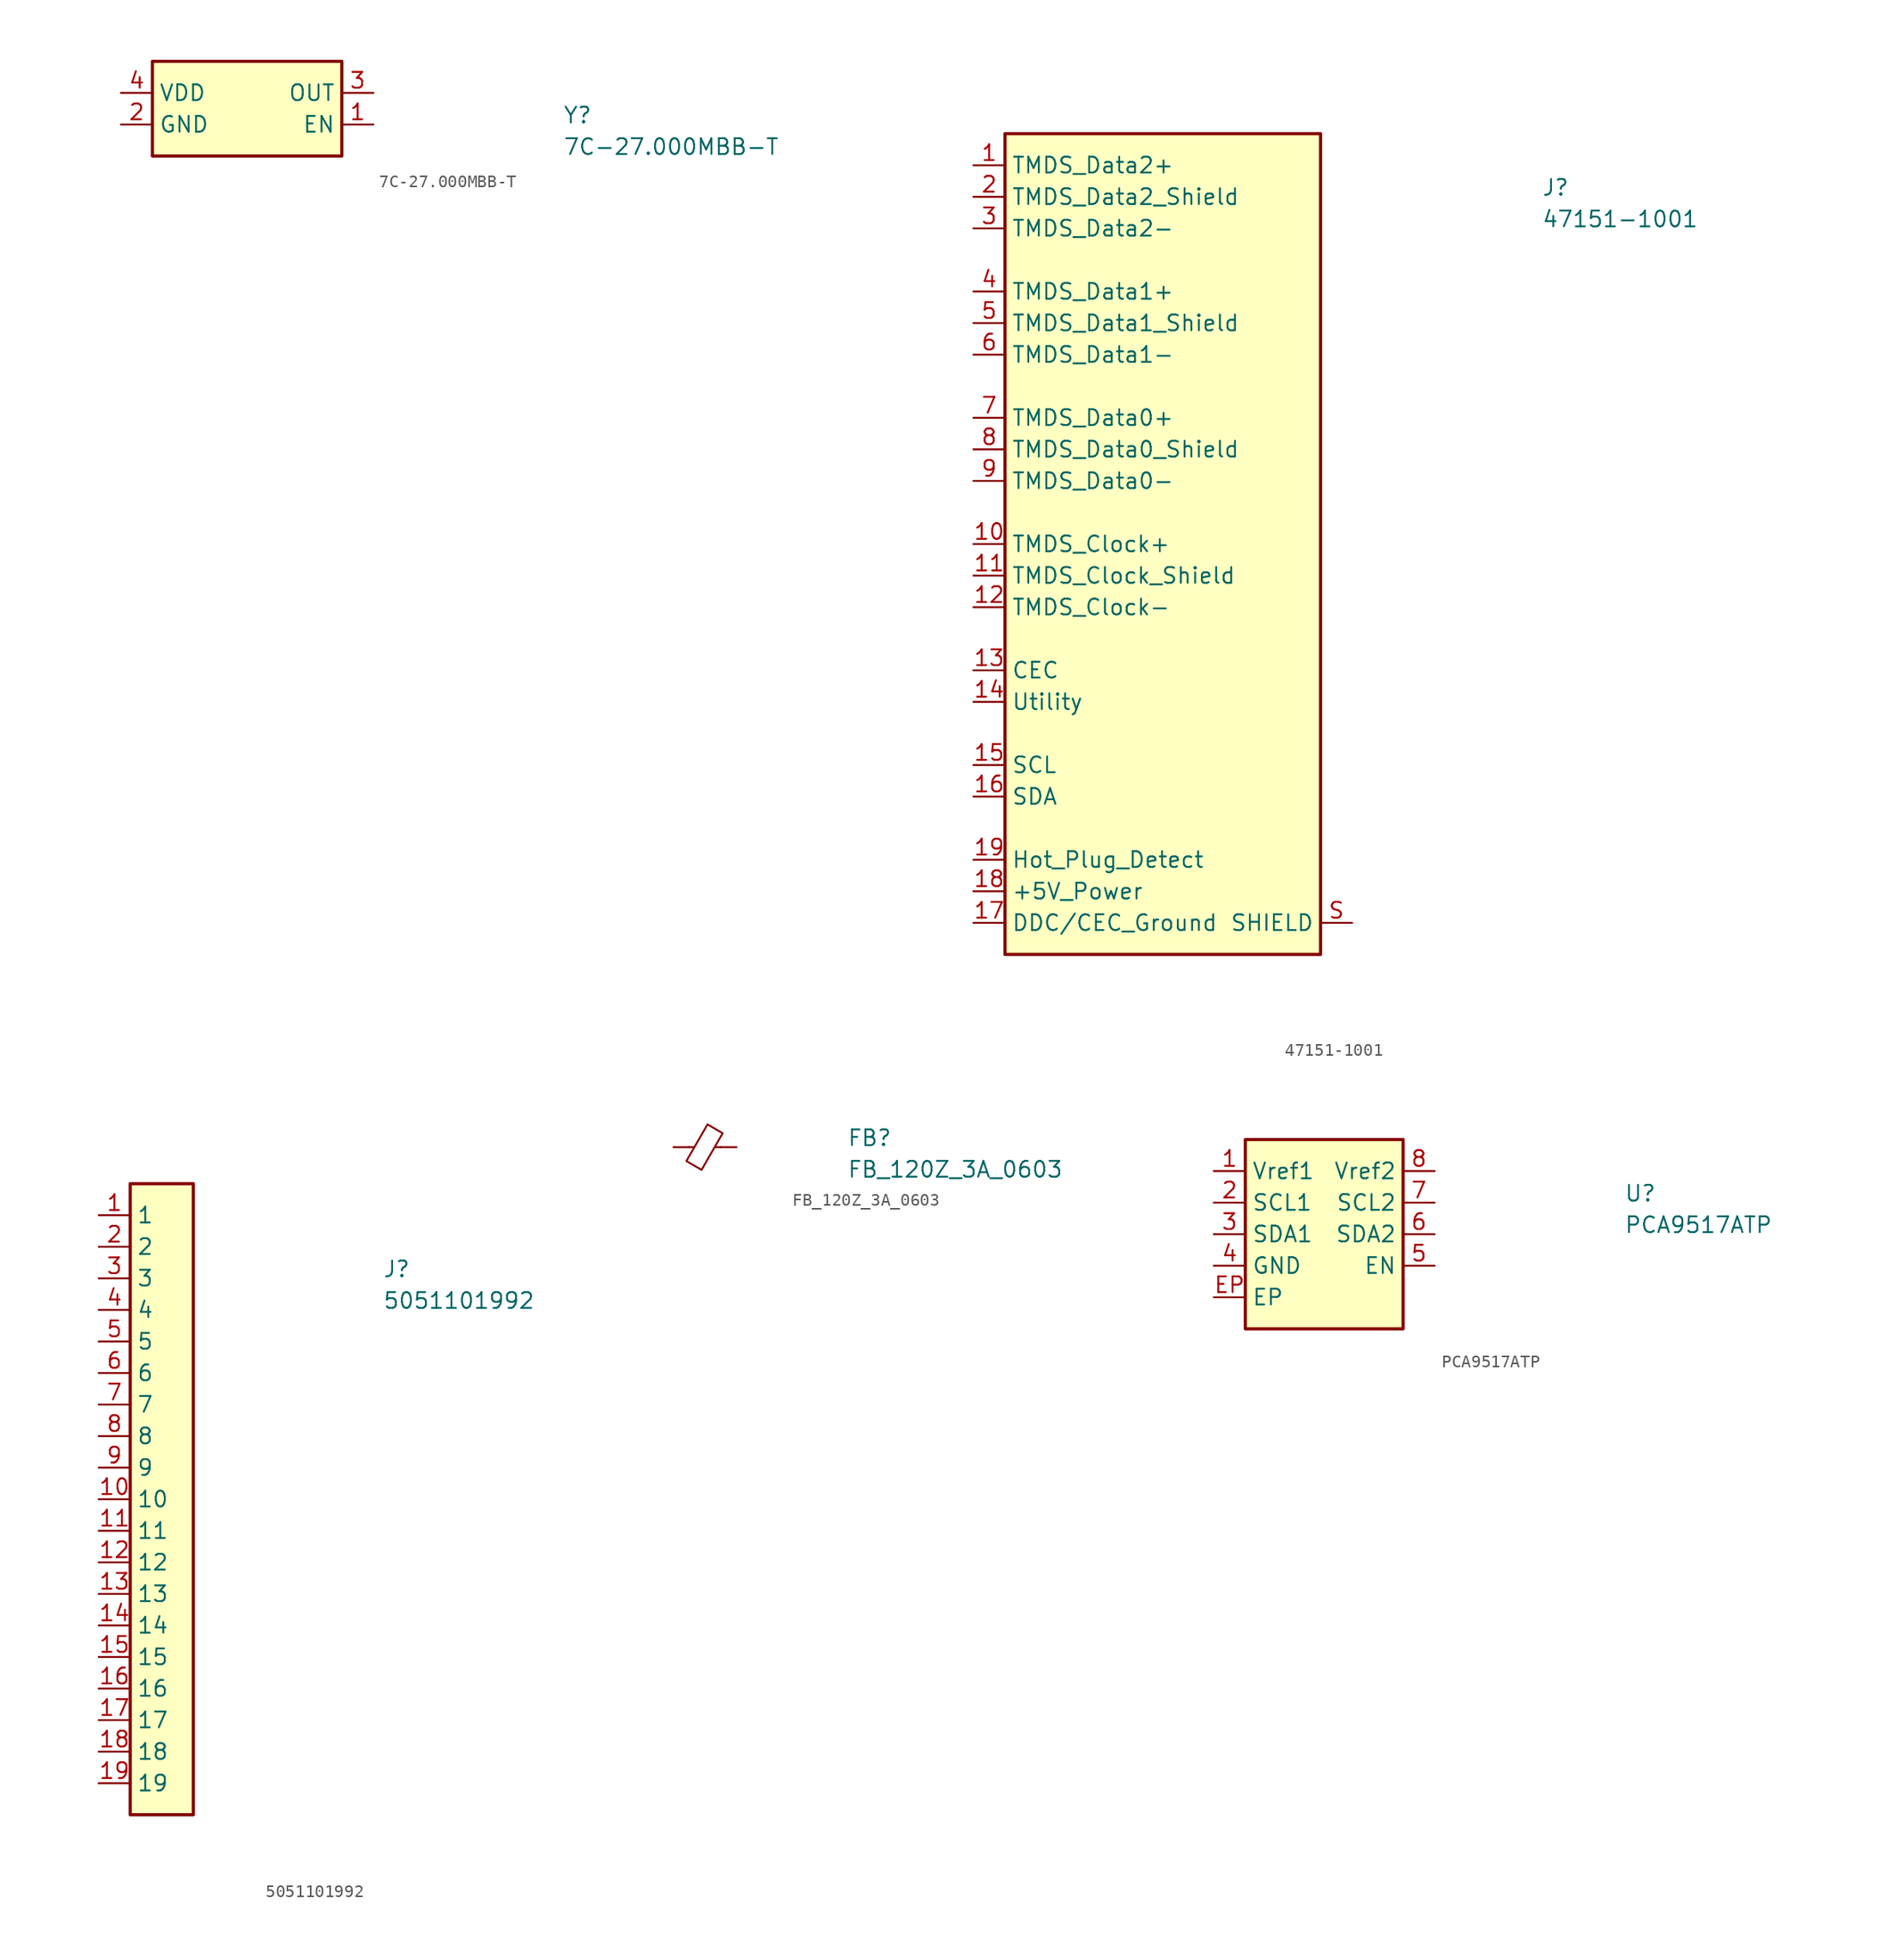
<source format=kicad_sym>
(kicad_symbol_lib
  (version 20211014)
  (generator kicad_symbol_editor)
  (symbol "7C-27.000MBB-T"
    (property "Reference" "Y"
      (at 35.56 -2.54 0)
      (effects (font (size 1.27 1.27) (thickness 0.15)) (justify left bottom)))
    (property "Value" "7C-27.000MBB-T"
      (at 35.56 -5.08 0)
      (effects (font (size 1.27 1.27) (thickness 0.15)) (justify left bottom)))
    (symbol "7C-27.000MBB-T_1_1"
      (rectangle (start 2.54 2.54) (end 17.78 -5.08) (stroke (width 0.254) (type default) (color 0 0 0 0)) (fill (type background)))
      (pin input line (at 20.32 -2.54 180) (length 2.54) (name "EN" (effects (font (size 1.27 1.27)))) (number "1" (effects (font (size 1.27 1.27)))))
      (pin power_in line (at 0 -2.54 0) (length 2.54) (name "GND" (effects (font (size 1.27 1.27)))) (number "2" (effects (font (size 1.27 1.27)))))
      (pin output line (at 20.32 0 180) (length 2.54) (name "OUT" (effects (font (size 1.27 1.27)))) (number "3" (effects (font (size 1.27 1.27)))))
      (pin power_in line (at 0 0 0) (length 2.54) (name "VDD" (effects (font (size 1.27 1.27)))) (number "4" (effects (font (size 1.27 1.27)))))))
  (symbol "47151-1001"
    (property "Reference" "J"
      (at 45.72 -2.54 0)
      (effects (font (size 1.27 1.27) (thickness 0.15)) (justify left bottom)))
    (property "Value" "47151-1001"
      (at 45.72 -5.08 0)
      (effects (font (size 1.27 1.27) (thickness 0.15)) (justify left bottom)))
    (symbol "47151-1001_1_1"
      (rectangle (start 2.54 2.54) (end 27.94 -63.5) (stroke (width 0.254) (type default) (color 0 0 0 0)) (fill (type background)))
      (pin passive line (at 0 0 0) (length 2.54) (name "TMDS_Data2+" (effects (font (size 1.27 1.27)))) (number "1" (effects (font (size 1.27 1.27)))))
      (pin passive line (at 0 -30.48 0) (length 2.54) (name "TMDS_Clock+" (effects (font (size 1.27 1.27)))) (number "10" (effects (font (size 1.27 1.27)))))
      (pin passive line (at 0 -33.02 0) (length 2.54) (name "TMDS_Clock_Shield" (effects (font (size 1.27 1.27)))) (number "11" (effects (font (size 1.27 1.27)))))
      (pin passive line (at 0 -35.56 0) (length 2.54) (name "TMDS_Clock-" (effects (font (size 1.27 1.27)))) (number "12" (effects (font (size 1.27 1.27)))))
      (pin passive line (at 0 -40.64 0) (length 2.54) (name "CEC" (effects (font (size 1.27 1.27)))) (number "13" (effects (font (size 1.27 1.27)))))
      (pin passive line (at 0 -43.18 0) (length 2.54) (name "Utility" (effects (font (size 1.27 1.27)))) (number "14" (effects (font (size 1.27 1.27)))))
      (pin bidirectional line (at 0 -48.26 0) (length 2.54) (name "SCL" (effects (font (size 1.27 1.27)))) (number "15" (effects (font (size 1.27 1.27)))))
      (pin bidirectional line (at 0 -50.8 0) (length 2.54) (name "SDA" (effects (font (size 1.27 1.27)))) (number "16" (effects (font (size 1.27 1.27)))))
      (pin power_in line (at 0 -60.96 0) (length 2.54) (name "DDC/CEC_Ground" (effects (font (size 1.27 1.27)))) (number "17" (effects (font (size 1.27 1.27)))))
      (pin power_in line (at 0 -58.42 0) (length 2.54) (name "+5V_Power" (effects (font (size 1.27 1.27)))) (number "18" (effects (font (size 1.27 1.27)))))
      (pin output line (at 0 -55.88 0) (length 2.54) (name "Hot_Plug_Detect" (effects (font (size 1.27 1.27)))) (number "19" (effects (font (size 1.27 1.27)))))
      (pin passive line (at 0 -2.54 0) (length 2.54) (name "TMDS_Data2_Shield" (effects (font (size 1.27 1.27)))) (number "2" (effects (font (size 1.27 1.27)))))
      (pin passive line (at 0 -5.08 0) (length 2.54) (name "TMDS_Data2-" (effects (font (size 1.27 1.27)))) (number "3" (effects (font (size 1.27 1.27)))))
      (pin passive line (at 0 -10.16 0) (length 2.54) (name "TMDS_Data1+" (effects (font (size 1.27 1.27)))) (number "4" (effects (font (size 1.27 1.27)))))
      (pin passive line (at 0 -12.7 0) (length 2.54) (name "TMDS_Data1_Shield" (effects (font (size 1.27 1.27)))) (number "5" (effects (font (size 1.27 1.27)))))
      (pin passive line (at 0 -15.24 0) (length 2.54) (name "TMDS_Data1-" (effects (font (size 1.27 1.27)))) (number "6" (effects (font (size 1.27 1.27)))))
      (pin passive line (at 0 -20.32 0) (length 2.54) (name "TMDS_Data0+" (effects (font (size 1.27 1.27)))) (number "7" (effects (font (size 1.27 1.27)))))
      (pin passive line (at 0 -22.86 0) (length 2.54) (name "TMDS_Data0_Shield" (effects (font (size 1.27 1.27)))) (number "8" (effects (font (size 1.27 1.27)))))
      (pin passive line (at 0 -25.4 0) (length 2.54) (name "TMDS_Data0-" (effects (font (size 1.27 1.27)))) (number "9" (effects (font (size 1.27 1.27)))))
      (pin passive line (at 30.48 -60.96 180) (length 2.54) (name "SHIELD" (effects (font (size 1.27 1.27)))) (number "S" (effects (font (size 1.27 1.27)))))))
  (symbol "5051101992"
    (property "Reference" "J"
      (at 22.86 -5.08 0)
      (effects (font (size 1.27 1.27) (thickness 0.15)) (justify left bottom)))
    (property "Value" "5051101992"
      (at 22.86 -7.62 0)
      (effects (font (size 1.27 1.27) (thickness 0.15)) (justify left bottom)))
    (symbol "5051101992_1_1"
      (rectangle (start 2.54 2.54) (end 7.62 -48.26) (stroke (width 0.254) (type default) (color 0 0 0 0)) (fill (type background)))
      (pin passive line (at 0 0 0) (length 2.54) (name "1" (effects (font (size 1.27 1.27)))) (number "1" (effects (font (size 1.27 1.27)))))
      (pin passive line (at 0 -22.86 0) (length 2.54) (name "10" (effects (font (size 1.27 1.27)))) (number "10" (effects (font (size 1.27 1.27)))))
      (pin passive line (at 0 -25.4 0) (length 2.54) (name "11" (effects (font (size 1.27 1.27)))) (number "11" (effects (font (size 1.27 1.27)))))
      (pin passive line (at 0 -27.94 0) (length 2.54) (name "12" (effects (font (size 1.27 1.27)))) (number "12" (effects (font (size 1.27 1.27)))))
      (pin passive line (at 0 -30.48 0) (length 2.54) (name "13" (effects (font (size 1.27 1.27)))) (number "13" (effects (font (size 1.27 1.27)))))
      (pin passive line (at 0 -33.02 0) (length 2.54) (name "14" (effects (font (size 1.27 1.27)))) (number "14" (effects (font (size 1.27 1.27)))))
      (pin passive line (at 0 -35.56 0) (length 2.54) (name "15" (effects (font (size 1.27 1.27)))) (number "15" (effects (font (size 1.27 1.27)))))
      (pin passive line (at 0 -38.1 0) (length 2.54) (name "16" (effects (font (size 1.27 1.27)))) (number "16" (effects (font (size 1.27 1.27)))))
      (pin passive line (at 0 -40.64 0) (length 2.54) (name "17" (effects (font (size 1.27 1.27)))) (number "17" (effects (font (size 1.27 1.27)))))
      (pin passive line (at 0 -43.18 0) (length 2.54) (name "18" (effects (font (size 1.27 1.27)))) (number "18" (effects (font (size 1.27 1.27)))))
      (pin passive line (at 0 -45.72 0) (length 2.54) (name "19" (effects (font (size 1.27 1.27)))) (number "19" (effects (font (size 1.27 1.27)))))
      (pin passive line (at 0 -2.54 0) (length 2.54) (name "2" (effects (font (size 1.27 1.27)))) (number "2" (effects (font (size 1.27 1.27)))))
      (pin passive line (at 0 -5.08 0) (length 2.54) (name "3" (effects (font (size 1.27 1.27)))) (number "3" (effects (font (size 1.27 1.27)))))
      (pin passive line (at 0 -7.62 0) (length 2.54) (name "4" (effects (font (size 1.27 1.27)))) (number "4" (effects (font (size 1.27 1.27)))))
      (pin passive line (at 0 -10.16 0) (length 2.54) (name "5" (effects (font (size 1.27 1.27)))) (number "5" (effects (font (size 1.27 1.27)))))
      (pin passive line (at 0 -12.7 0) (length 2.54) (name "6" (effects (font (size 1.27 1.27)))) (number "6" (effects (font (size 1.27 1.27)))))
      (pin passive line (at 0 -15.24 0) (length 2.54) (name "7" (effects (font (size 1.27 1.27)))) (number "7" (effects (font (size 1.27 1.27)))))
      (pin passive line (at 0 -17.78 0) (length 2.54) (name "8" (effects (font (size 1.27 1.27)))) (number "8" (effects (font (size 1.27 1.27)))))
      (pin passive line (at 0 -20.32 0) (length 2.54) (name "9" (effects (font (size 1.27 1.27)))) (number "9" (effects (font (size 1.27 1.27)))))))
  (symbol "FB_120Z_3A_0603"
    (pin_numbers hide)
    (pin_names hide)
    (property "Reference" "FB"
      (at 13.97 0 0)
      (effects (font (size 1.27 1.27) (thickness 0.15)) (justify left bottom)))
    (property "Value" "FB_120Z_3A_0603"
      (at 13.97 -2.54 0)
      (effects (font (size 1.27 1.27) (thickness 0.15)) (justify left bottom)))
    (symbol "FB_120Z_3A_0603_0_1"
      (polyline (pts (xy 1.651 0) (xy 1.245 0)) (stroke (width 0) (type default) (color 0 0 0 0)) (fill (type none)))
      (polyline (pts (xy 3.81 0) (xy 3.327 0)) (stroke (width 0) (type default) (color 0 0 0 0)) (fill (type none)))
      (polyline (pts (xy 2.261 -1.829) (xy 1.041 -1.118) (xy 2.743 1.829) (xy 3.962 1.118) (xy 2.261 -1.829)) (stroke (width 0) (type default) (color 0 0 0 0)) (fill (type none))))
    (symbol "FB_120Z_3A_0603_1_1"
      (pin passive line (at 0 0 0) (length 1.27) (name "~" (effects (font (size 1.27 1.27)))) (number "1" (effects (font (size 1.27 1.27)))))
      (pin passive line (at 5.08 0 180) (length 1.27) (name "~" (effects (font (size 1.27 1.27)))) (number "2" (effects (font (size 1.27 1.27)))))))
  (symbol "PCA9517ATP"
    (property "Reference" "U"
      (at 33.02 -2.54 0)
      (effects (font (size 1.27 1.27) (thickness 0.15)) (justify left bottom)))
    (property "Value" "PCA9517ATP"
      (at 33.02 -5.08 0)
      (effects (font (size 1.27 1.27) (thickness 0.15)) (justify left bottom)))
    (symbol "PCA9517ATP_1_1"
      (rectangle (start 2.54 2.54) (end 15.24 -12.7) (stroke (width 0.254) (type default) (color 0 0 0 0)) (fill (type background)))
      (pin power_in line (at 0 0 0) (length 2.54) (name "Vref1" (effects (font (size 1.27 1.27)))) (number "1" (effects (font (size 1.27 1.27)))))
      (pin input line (at 0 -2.54 0) (length 2.54) (name "SCL1" (effects (font (size 1.27 1.27)))) (number "2" (effects (font (size 1.27 1.27)))))
      (pin bidirectional line (at 0 -5.08 0) (length 2.54) (name "SDA1" (effects (font (size 1.27 1.27)))) (number "3" (effects (font (size 1.27 1.27)))))
      (pin power_in line (at 0 -7.62 0) (length 2.54) (name "GND" (effects (font (size 1.27 1.27)))) (number "4" (effects (font (size 1.27 1.27)))))
      (pin input line (at 17.78 -7.62 180) (length 2.54) (name "EN" (effects (font (size 1.27 1.27)))) (number "5" (effects (font (size 1.27 1.27)))))
      (pin bidirectional line (at 17.78 -5.08 180) (length 2.54) (name "SDA2" (effects (font (size 1.27 1.27)))) (number "6" (effects (font (size 1.27 1.27)))))
      (pin input line (at 17.78 -2.54 180) (length 2.54) (name "SCL2" (effects (font (size 1.27 1.27)))) (number "7" (effects (font (size 1.27 1.27)))))
      (pin power_in line (at 17.78 0 180) (length 2.54) (name "Vref2" (effects (font (size 1.27 1.27)))) (number "8" (effects (font (size 1.27 1.27)))))
      (pin passive line (at 0 -10.16 0) (length 2.54) (name "EP" (effects (font (size 1.27 1.27)))) (number "EP" (effects (font (size 1.27 1.27))))))))
</source>
